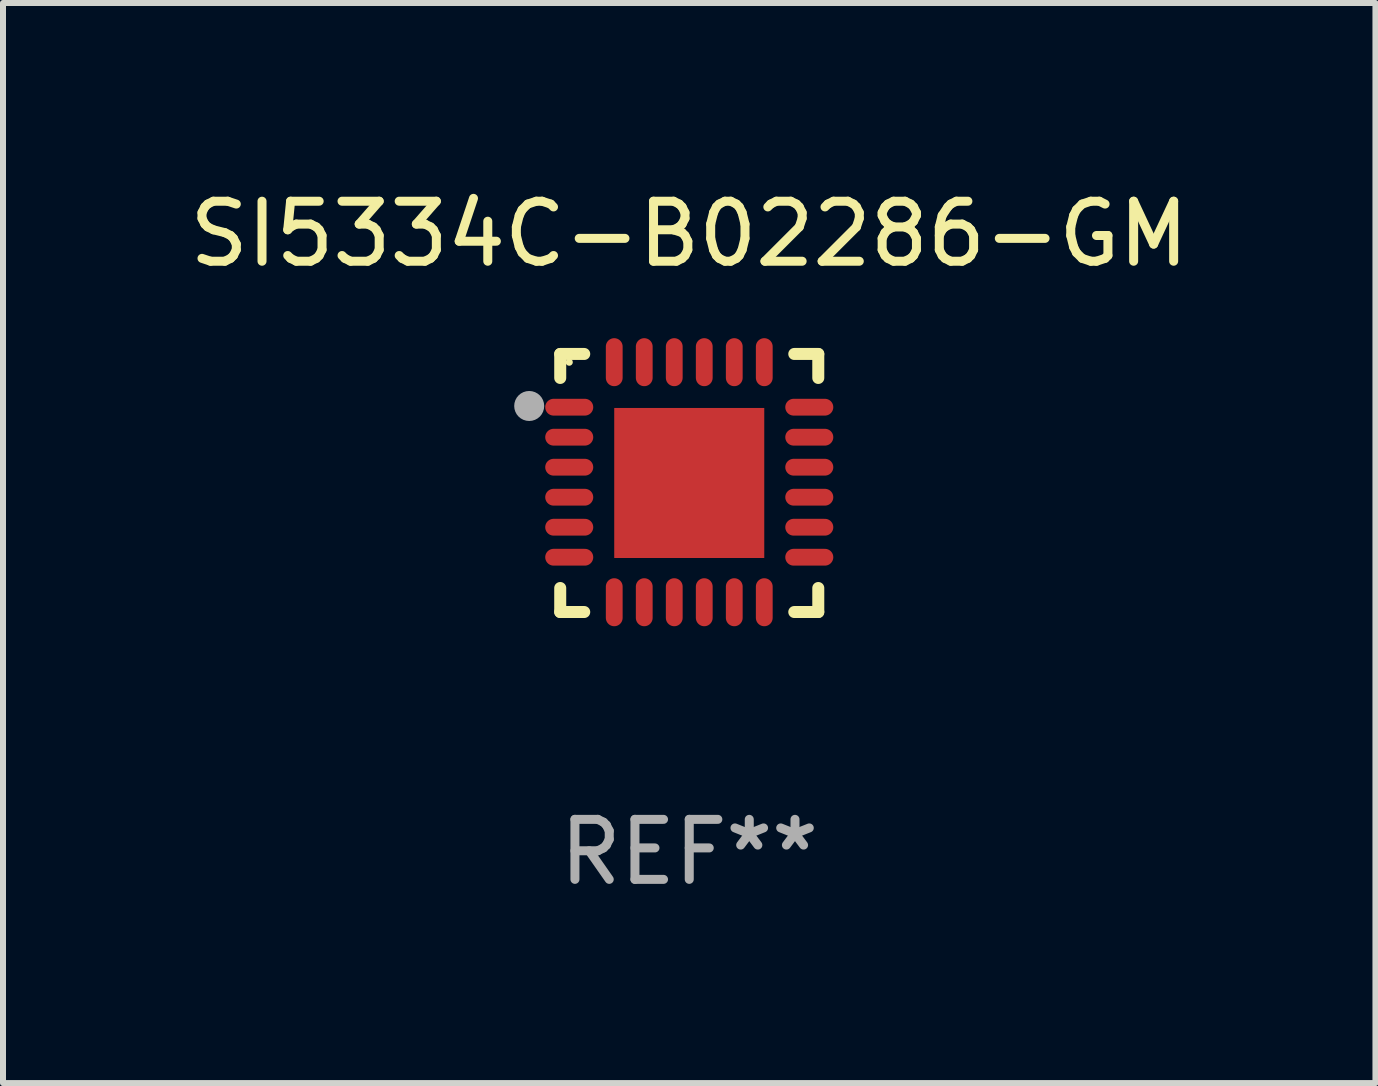
<source format=kicad_pcb>
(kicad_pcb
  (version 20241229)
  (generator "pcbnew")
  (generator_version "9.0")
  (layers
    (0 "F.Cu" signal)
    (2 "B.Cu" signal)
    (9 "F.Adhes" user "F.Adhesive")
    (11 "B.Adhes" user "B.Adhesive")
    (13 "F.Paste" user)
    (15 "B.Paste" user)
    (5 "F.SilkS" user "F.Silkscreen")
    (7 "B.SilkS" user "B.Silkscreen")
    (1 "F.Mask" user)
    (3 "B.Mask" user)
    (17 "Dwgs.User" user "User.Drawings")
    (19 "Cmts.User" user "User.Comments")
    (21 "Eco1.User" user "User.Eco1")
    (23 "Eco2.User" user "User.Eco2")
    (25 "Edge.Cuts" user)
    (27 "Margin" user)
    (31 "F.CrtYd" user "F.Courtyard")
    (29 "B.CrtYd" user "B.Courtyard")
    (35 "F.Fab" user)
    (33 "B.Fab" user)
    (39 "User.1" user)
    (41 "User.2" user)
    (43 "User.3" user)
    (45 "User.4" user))
  (footprint "SI5334C-B02286-GM"
    (layer "F.Cu")
    (at 8.435 4.998)
    (property "Reference" "SI5334C-B02286-GM" (at 0 -4.15 0) (layer "F.SilkS") (effects (font (size 1 1) (thickness 0.15))))
    (attr through_hole)
    (fp_line (start -2.15 -2.15) (end -1.75 -2.15) (stroke (width 0.2) (type solid)) (layer "F.SilkS"))
    (fp_line (start -2.15 -1.75) (end -2.15 -2.15) (stroke (width 0.2) (type solid)) (layer "F.SilkS"))
    (fp_line (start -2.15 2.15) (end -2.15 1.75) (stroke (width 0.2) (type solid)) (layer "F.SilkS"))
    (fp_line (start -1.75 2.15) (end -2.15 2.15) (stroke (width 0.2) (type solid)) (layer "F.SilkS"))
    (fp_line (start 1.75 -2.15) (end 2.15 -2.15) (stroke (width 0.2) (type solid)) (layer "F.SilkS"))
    (fp_line (start 1.75 2.15) (end 2.15 2.15) (stroke (width 0.2) (type solid)) (layer "F.SilkS"))
    (fp_line (start 2.15 -2.15) (end 2.15 -1.75) (stroke (width 0.2) (type solid)) (layer "F.SilkS"))
    (fp_line (start 2.15 2.15) (end 2.15 1.75) (stroke (width 0.2) (type solid)) (layer "F.SilkS"))
    (fp_circle (center -2 -2.013) (end -1.97 -2.013) (stroke (width 0.06) (type solid)) (fill no) (layer "F.SilkS"))
    (fp_circle (center -2.667 -1.283) (end -2.542 -1.283) (stroke (width 0.25) (type solid)) (fill no) (layer "F.Fab"))
    (fp_text user "REF**" (at 0 6.15 0) (layer "F.Fab") (effects (font (size 1 1) (thickness 0.15))))
    (pad "1" smd oval (at -2 -1.263) (size 0.8 0.28) (layers "F.Cu" "F.Mask" "F.Paste"))
    (pad "2" smd oval (at -2 -0.763) (size 0.8 0.28) (layers "F.Cu" "F.Mask" "F.Paste"))
    (pad "3" smd oval (at -2 -0.263) (size 0.8 0.28) (layers "F.Cu" "F.Mask" "F.Paste"))
    (pad "4" smd oval (at -2 0.237) (size 0.8 0.28) (layers "F.Cu" "F.Mask" "F.Paste"))
    (pad "5" smd oval (at -2 0.737) (size 0.8 0.28) (layers "F.Cu" "F.Mask" "F.Paste"))
    (pad "6" smd oval (at -2 1.237) (size 0.8 0.28) (layers "F.Cu" "F.Mask" "F.Paste"))
    (pad "7" smd oval (at -1.25 1.987) (size 0.28 0.8) (layers "F.Cu" "F.Mask" "F.Paste"))
    (pad "8" smd oval (at -0.75 1.987) (size 0.28 0.8) (layers "F.Cu" "F.Mask" "F.Paste"))
    (pad "9" smd oval (at -0.25 1.987) (size 0.28 0.8) (layers "F.Cu" "F.Mask" "F.Paste"))
    (pad "10" smd oval (at 0.25 1.987) (size 0.28 0.8) (layers "F.Cu" "F.Mask" "F.Paste"))
    (pad "11" smd oval (at 0.75 1.987) (size 0.28 0.8) (layers "F.Cu" "F.Mask" "F.Paste"))
    (pad "12" smd oval (at 1.25 1.987) (size 0.28 0.8) (layers "F.Cu" "F.Mask" "F.Paste"))
    (pad "13" smd oval (at 2 1.237) (size 0.8 0.28) (layers "F.Cu" "F.Mask" "F.Paste"))
    (pad "14" smd oval (at 2 0.737) (size 0.8 0.28) (layers "F.Cu" "F.Mask" "F.Paste"))
    (pad "15" smd oval (at 2 0.237) (size 0.8 0.28) (layers "F.Cu" "F.Mask" "F.Paste"))
    (pad "16" smd oval (at 2 -0.263) (size 0.8 0.28) (layers "F.Cu" "F.Mask" "F.Paste"))
    (pad "17" smd oval (at 2 -0.763) (size 0.8 0.28) (layers "F.Cu" "F.Mask" "F.Paste"))
    (pad "18" smd oval (at 2 -1.263) (size 0.8 0.28) (layers "F.Cu" "F.Mask" "F.Paste"))
    (pad "19" smd oval (at 1.25 -2.013) (size 0.28 0.8) (layers "F.Cu" "F.Mask" "F.Paste"))
    (pad "20" smd oval (at 0.75 -2.013) (size 0.28 0.8) (layers "F.Cu" "F.Mask" "F.Paste"))
    (pad "21" smd oval (at 0.25 -2.013) (size 0.28 0.8) (layers "F.Cu" "F.Mask" "F.Paste"))
    (pad "22" smd oval (at -0.25 -2.013) (size 0.28 0.8) (layers "F.Cu" "F.Mask" "F.Paste"))
    (pad "23" smd oval (at -0.75 -2.013) (size 0.28 0.8) (layers "F.Cu" "F.Mask" "F.Paste"))
    (pad "24" smd oval (at -1.25 -2.013) (size 0.28 0.8) (layers "F.Cu" "F.Mask" "F.Paste"))
    (pad "25" smd rect (at -0.000127 -0.00014) (size 2.5 2.5) (layers "F.Cu" "F.Mask" "F.Paste")))
  (gr_rect
    (start -3 -3)
    (end 19.869 14.997)
    (stroke (width 0.1) (type default))
    (fill no)
    (layer "Edge.Cuts")))
</source>
